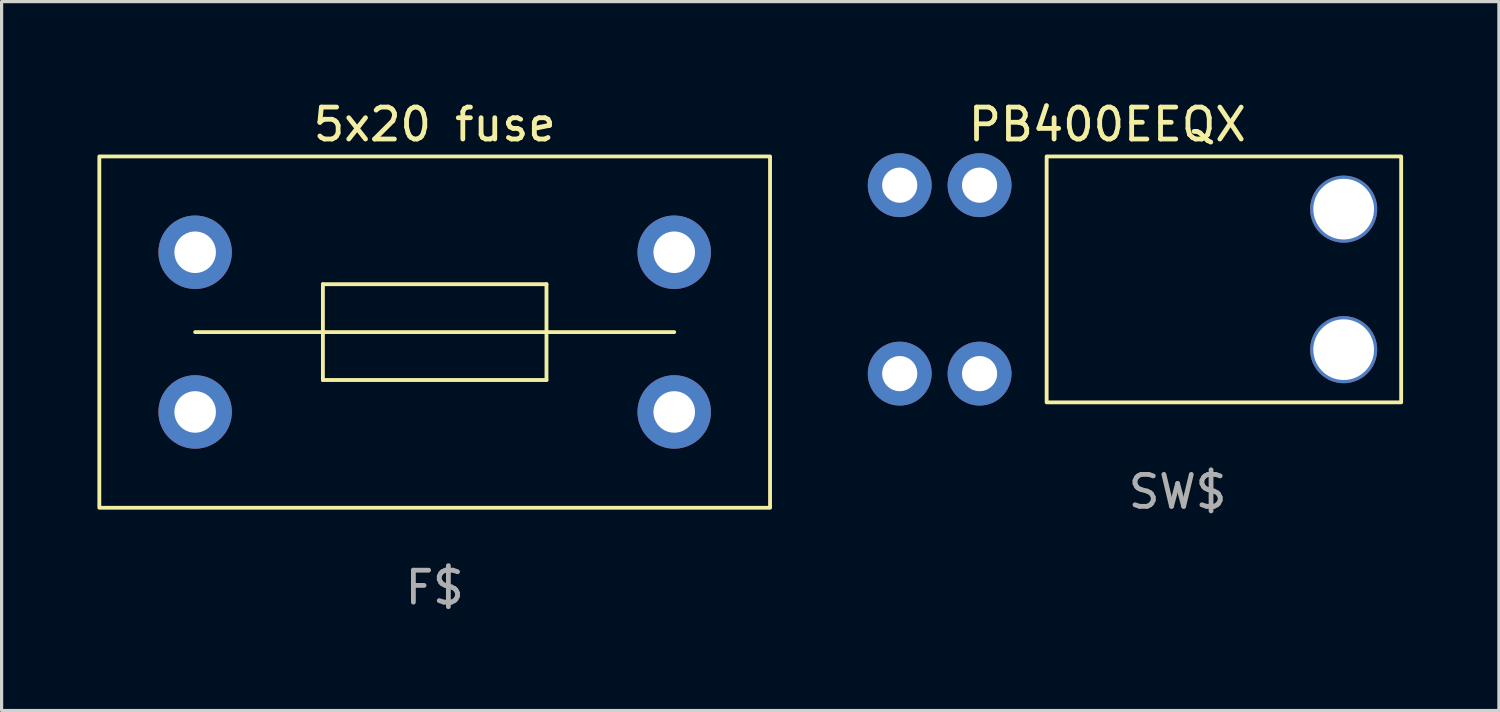
<source format=kicad_pcb>
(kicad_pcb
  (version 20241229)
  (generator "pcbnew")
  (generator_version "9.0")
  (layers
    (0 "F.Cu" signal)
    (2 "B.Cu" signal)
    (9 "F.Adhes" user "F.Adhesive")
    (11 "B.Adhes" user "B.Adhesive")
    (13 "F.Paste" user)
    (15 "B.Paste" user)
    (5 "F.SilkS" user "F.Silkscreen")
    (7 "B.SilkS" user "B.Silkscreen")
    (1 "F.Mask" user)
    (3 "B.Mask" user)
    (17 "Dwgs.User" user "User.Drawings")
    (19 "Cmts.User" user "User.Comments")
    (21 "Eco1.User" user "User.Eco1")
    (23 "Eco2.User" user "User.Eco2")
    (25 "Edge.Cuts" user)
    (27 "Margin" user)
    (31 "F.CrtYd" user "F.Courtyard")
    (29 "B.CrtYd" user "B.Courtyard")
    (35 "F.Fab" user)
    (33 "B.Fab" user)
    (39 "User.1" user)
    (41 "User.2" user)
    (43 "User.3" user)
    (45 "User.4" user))
  (footprint "PB400EEQX"
    (layer "F.Cu")
    (at 25.12 8.648)
    (property "Reference" "PB400EEQX" (at 6.5 -7.8 0) (unlocked yes) (layer "F.SilkS") (effects (font (size 1 1) (thickness 0.15))))
    (attr through_hole)
    (fp_rect (start 4.6 -6.8) (end 15.7 0.9) (stroke (width 0.12) (type solid)) (fill no) (layer "F.SilkS"))
    (fp_text user "SW$" (at 8.7 3.7 0) (unlocked yes) (layer "F.Fab") (effects (font (size 1 1) (thickness 0.15))))
    (pad "" np_thru_hole circle (at 13.9 -5.15) (size 2.1 2.1) (drill 1.9) (layers "*.Cu" "*.Mask"))
    (pad "" np_thru_hole circle (at 13.9 -0.75) (size 2.1 2.1) (drill 1.9) (layers "*.Cu" "*.Mask"))
    (pad "1" thru_hole circle (at 0 0) (size 2 2) (drill 1.1) (layers "*.Cu" "*.Mask"))
    (pad "2" thru_hole circle (at 2.5 0) (size 2 2) (drill 1.1) (layers "*.Cu" "*.Mask"))
    (pad "3" thru_hole circle (at 0 -5.9) (size 2 2) (drill 1.1) (layers "*.Cu" "*.Mask"))
    (pad "4" thru_hole circle (at 2.5 -5.9) (size 2 2) (drill 1.1) (layers "*.Cu" "*.Mask")))
  (footprint "5x20 fuse"
    (layer "F.Cu")
    (at 10.56 7.348)
    (property "Reference" "5x20 fuse" (at 0 -6.5 0) (unlocked yes) (layer "F.SilkS") (effects (font (size 1 1) (thickness 0.15))))
    (attr through_hole)
    (fp_line (start -7.5 0) (end 7.5 0) (stroke (width 0.12) (type solid)) (layer "F.SilkS"))
    (fp_line (start -3.5 -1.5) (end 3.5 -1.5) (stroke (width 0.12) (type solid)) (layer "F.SilkS"))
    (fp_line (start -3.5 1.5) (end -3.5 -1.5) (stroke (width 0.12) (type solid)) (layer "F.SilkS"))
    (fp_line (start 3.5 -1.5) (end 3.5 1.5) (stroke (width 0.12) (type solid)) (layer "F.SilkS"))
    (fp_line (start 3.5 1.5) (end -3.5 1.5) (stroke (width 0.12) (type solid)) (layer "F.SilkS"))
    (fp_rect (start -10.5 -5.5) (end 10.5 5.5) (stroke (width 0.12) (type solid)) (fill no) (layer "F.SilkS"))
    (fp_text user "F$" (at 0 8 0) (unlocked yes) (layer "F.Fab") (effects (font (size 1 1) (thickness 0.15))))
    (pad "1" thru_hole circle (at -7.5 -2.5) (size 2.3 2.3) (drill 1.3) (layers "*.Cu" "*.Mask"))
    (pad "1" thru_hole circle (at -7.5 2.5) (size 2.3 2.3) (drill 1.3) (layers "*.Cu" "*.Mask"))
    (pad "2" thru_hole circle (at 7.5 -2.5) (size 2.3 2.3) (drill 1.3) (layers "*.Cu" "*.Mask"))
    (pad "2" thru_hole circle (at 7.5 2.5) (size 2.3 2.3) (drill 1.3) (layers "*.Cu" "*.Mask")))
  (gr_rect
    (start -3 -3)
    (end 43.88 19.197)
    (stroke (width 0.1) (type default))
    (fill no)
    (layer "Edge.Cuts")))
</source>
